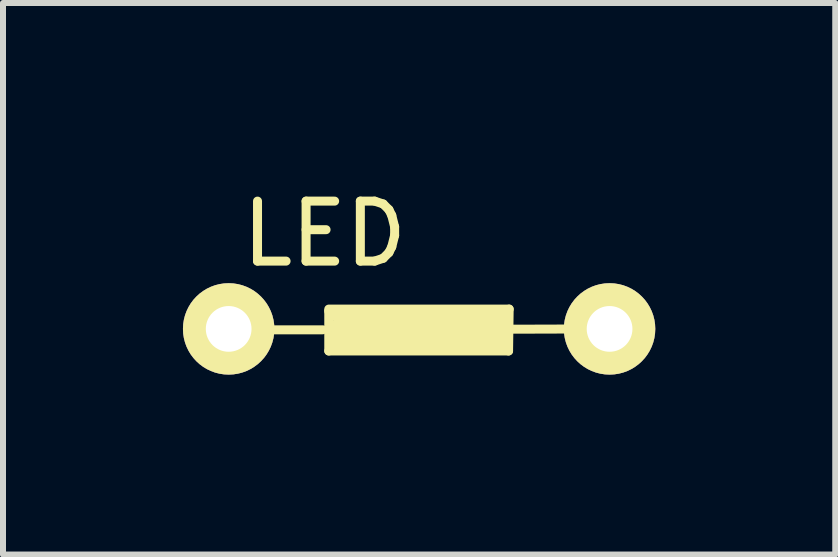
<source format=kicad_pcb>
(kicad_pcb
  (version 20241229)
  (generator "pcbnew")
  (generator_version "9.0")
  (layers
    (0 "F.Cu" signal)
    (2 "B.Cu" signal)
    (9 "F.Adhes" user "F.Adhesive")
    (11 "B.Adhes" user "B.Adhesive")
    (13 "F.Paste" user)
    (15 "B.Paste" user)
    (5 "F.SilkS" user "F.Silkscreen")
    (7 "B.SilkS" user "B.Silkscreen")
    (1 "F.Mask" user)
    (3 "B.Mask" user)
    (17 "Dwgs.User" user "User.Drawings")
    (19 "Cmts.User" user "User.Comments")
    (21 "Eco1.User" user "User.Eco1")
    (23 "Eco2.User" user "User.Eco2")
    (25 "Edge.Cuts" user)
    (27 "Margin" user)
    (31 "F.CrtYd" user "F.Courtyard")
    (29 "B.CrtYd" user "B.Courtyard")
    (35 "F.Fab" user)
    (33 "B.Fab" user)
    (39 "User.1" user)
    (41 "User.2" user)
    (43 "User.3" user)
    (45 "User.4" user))
  (footprint "LED"
    (layer "F.Cu")
    (at 4.572 2.433)
    (property "Reference" "LED" (at -2.21 -1.585 0) (layer "F.SilkS") (effects (font (size 1 1) (thickness 0.15))))
    (attr through_hole)
    (fp_line (start -3.797 0.015) (end -2.243 0.015) (stroke (width 0.15) (type solid)) (layer "F.SilkS"))
    (fp_line (start -2.141 -0.33) (end 0.866 -0.33) (stroke (width 0.15) (type solid)) (layer "F.SilkS"))
    (fp_line (start -2.141 -0.295) (end -2.129 -0.272) (stroke (width 0.15) (type solid)) (layer "F.SilkS"))
    (fp_line (start -2.141 0.368) (end -2.141 -0.295) (stroke (width 0.15) (type solid)) (layer "F.SilkS"))
    (fp_line (start -2.121 0.048) (end -2.106 0.193) (stroke (width 0.15) (type solid)) (layer "F.SilkS"))
    (fp_line (start -2.106 0.193) (end 0.82 0.178) (stroke (width 0.15) (type solid)) (layer "F.SilkS"))
    (fp_line (start -2.09 -0.036) (end -1.961 -0.127) (stroke (width 0.15) (type solid)) (layer "F.SilkS"))
    (fp_line (start -2.083 -0.211) (end 0.813 -0.226) (stroke (width 0.15) (type solid)) (layer "F.SilkS"))
    (fp_line (start -1.961 -0.127) (end 0.737 -0.142) (stroke (width 0.15) (type solid)) (layer "F.SilkS"))
    (fp_line (start 0.737 -0.142) (end 0.752 0.071) (stroke (width 0.15) (type solid)) (layer "F.SilkS"))
    (fp_line (start 0.752 0.071) (end -2.121 0.048) (stroke (width 0.15) (type solid)) (layer "F.SilkS"))
    (fp_line (start 0.782 0.277) (end -2.09 0.284) (stroke (width 0.15) (type solid)) (layer "F.SilkS"))
    (fp_line (start 0.813 -0.226) (end 0.82 -0.043) (stroke (width 0.15) (type solid)) (layer "F.SilkS"))
    (fp_line (start 0.82 -0.043) (end -2.09 -0.036) (stroke (width 0.15) (type solid)) (layer "F.SilkS"))
    (fp_line (start 0.82 0.178) (end 0.782 0.277) (stroke (width 0.15) (type solid)) (layer "F.SilkS"))
    (fp_line (start 0.856 0.368) (end -2.141 0.368) (stroke (width 0.15) (type solid)) (layer "F.SilkS"))
    (fp_line (start 0.866 -0.33) (end 0.856 0.368) (stroke (width 0.15) (type solid)) (layer "F.SilkS"))
    (fp_line (start 2.558 0) (end 0.912 0.005) (stroke (width 0.15) (type solid)) (layer "F.SilkS"))
    (pad "1" thru_hole circle (at -3.81 0) (size 1.524 1.524) (drill 0.762) (layers "*.Cu" "*.Mask" "F.SilkS"))
    (pad "2" thru_hole circle (at 2.54 0) (size 1.524 1.524) (drill 0.762) (layers "*.Cu" "*.Mask" "F.SilkS")))
  (gr_rect
    (start -3 -3)
    (end 10.874 6.195)
    (stroke (width 0.1) (type default))
    (fill no)
    (layer "Edge.Cuts")))
</source>
